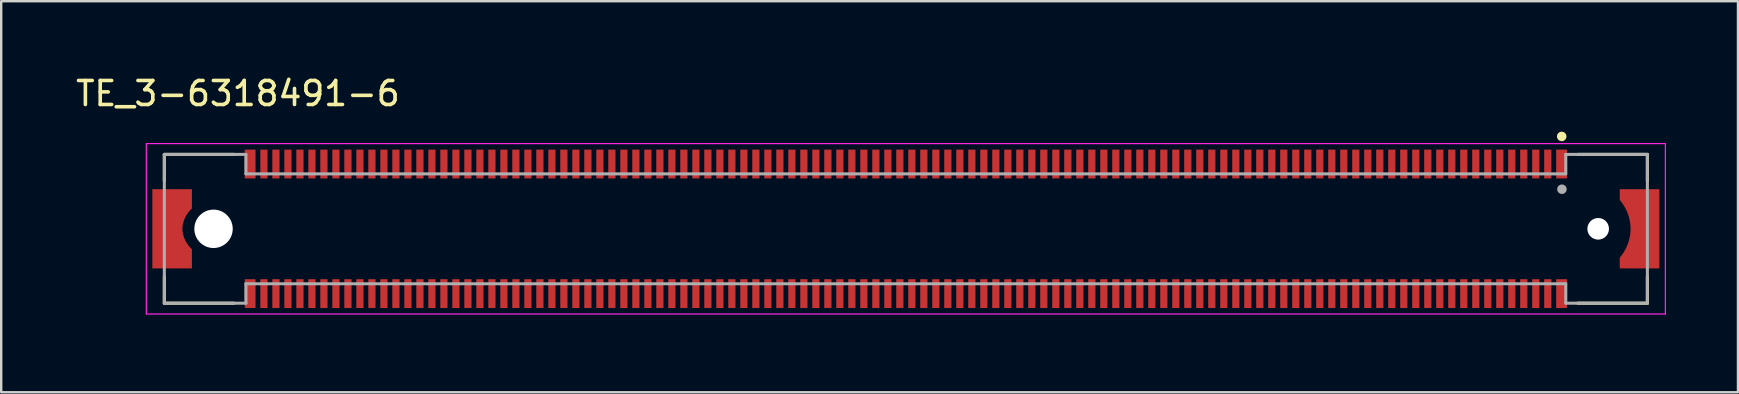
<source format=kicad_pcb>
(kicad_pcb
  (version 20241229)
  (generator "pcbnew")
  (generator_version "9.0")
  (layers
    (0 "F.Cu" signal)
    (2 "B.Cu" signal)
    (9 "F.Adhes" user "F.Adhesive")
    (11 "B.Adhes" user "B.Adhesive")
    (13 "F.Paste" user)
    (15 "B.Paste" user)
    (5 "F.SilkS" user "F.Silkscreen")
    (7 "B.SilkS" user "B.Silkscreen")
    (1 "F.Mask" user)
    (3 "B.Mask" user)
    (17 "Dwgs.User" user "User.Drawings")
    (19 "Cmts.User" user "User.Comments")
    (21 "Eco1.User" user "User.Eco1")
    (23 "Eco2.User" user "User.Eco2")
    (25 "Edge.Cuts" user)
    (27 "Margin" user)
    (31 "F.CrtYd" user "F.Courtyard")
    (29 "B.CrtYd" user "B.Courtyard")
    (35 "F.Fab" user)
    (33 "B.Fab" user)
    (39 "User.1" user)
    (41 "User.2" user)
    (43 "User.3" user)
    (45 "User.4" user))
  (footprint "TE_3-6318491-6"
    (layer "F.Cu")
    (at 34.698 6.485)
    (property "Reference" "TE_3-6318491-6" (at -27.833 -5.637 0) (layer "F.SilkS") (effects (font (size 1 1) (thickness 0.15))))
    (attr through_hole)
    (fp_poly (pts (xy -31.75 -1.27) (xy -31.75 0) (xy -31.75 2.54) (xy -31.75 3.81)) (stroke (width 0.0001) (type solid)) (fill yes) (layer "F.Cu"))
    (fp_poly (pts (xy -31.4 -1.65) (xy -29.75 -1.65) (xy -29.75 -0.85) (xy -29.769 -0.832) (xy -29.792 -0.81) (xy -29.814 -0.787) (xy -29.836 -0.763) (xy -29.857 -0.739) (xy -29.878 -0.715) (xy -29.898 -0.689) (xy -29.917 -0.664) (xy -29.935 -0.637) (xy -29.953 -0.611) (xy -29.97 -0.583) (xy -29.987 -0.556) (xy -30.003 -0.528) (xy -30.018 -0.499) (xy -30.032 -0.471) (xy -30.045 -0.441) (xy -30.058 -0.412) (xy -30.07 -0.382) (xy -30.081 -0.352) (xy -30.091 -0.321) (xy -30.101 -0.291) (xy -30.11 -0.26) (xy -30.117 -0.229) (xy -30.125 -0.197) (xy -30.131 -0.166) (xy -30.136 -0.134) (xy -30.141 -0.102) (xy -30.145 -0.07) (xy -30.148 -0.038) (xy -30.15 0) (xy -30.148 0.038) (xy -30.145 0.07) (xy -30.141 0.102) (xy -30.136 0.134) (xy -30.131 0.166) (xy -30.125 0.197) (xy -30.117 0.229) (xy -30.11 0.26) (xy -30.101 0.291) (xy -30.091 0.321) (xy -30.081 0.352) (xy -30.07 0.382) (xy -30.058 0.412) (xy -30.045 0.441) (xy -30.032 0.471) (xy -30.018 0.499) (xy -30.003 0.528) (xy -29.987 0.556) (xy -29.97 0.583) (xy -29.953 0.611) (xy -29.935 0.637) (xy -29.917 0.664) (xy -29.898 0.689) (xy -29.878 0.715) (xy -29.857 0.739) (xy -29.836 0.763) (xy -29.814 0.787) (xy -29.792 0.81) (xy -29.769 0.832) (xy -29.75 0.85) (xy -29.75 1.65) (xy -31.4 1.65) (xy -31.4 -1.65)) (stroke (width 0.0001) (type solid)) (fill yes) (layer "F.Cu"))
    (fp_poly (pts (xy 31.4 1.65) (xy 29.75 1.65) (xy 29.75 1.2) (xy 29.769 1.178) (xy 29.796 1.144) (xy 29.823 1.109) (xy 29.849 1.074) (xy 29.874 1.039) (xy 29.898 1.002) (xy 29.921 0.965) (xy 29.944 0.928) (xy 29.965 0.89) (xy 29.986 0.852) (xy 30.006 0.813) (xy 30.025 0.774) (xy 30.043 0.734) (xy 30.06 0.694) (xy 30.076 0.653) (xy 30.091 0.612) (xy 30.105 0.571) (xy 30.118 0.53) (xy 30.13 0.488) (xy 30.142 0.446) (xy 30.152 0.403) (xy 30.161 0.361) (xy 30.17 0.318) (xy 30.177 0.275) (xy 30.183 0.232) (xy 30.189 0.188) (xy 30.193 0.145) (xy 30.196 0.102) (xy 30.199 0.058) (xy 30.2 0) (xy 30.199 -0.058) (xy 30.196 -0.102) (xy 30.193 -0.145) (xy 30.189 -0.188) (xy 30.183 -0.232) (xy 30.177 -0.275) (xy 30.17 -0.318) (xy 30.161 -0.361) (xy 30.152 -0.403) (xy 30.142 -0.446) (xy 30.13 -0.488) (xy 30.118 -0.53) (xy 30.105 -0.571) (xy 30.091 -0.612) (xy 30.076 -0.653) (xy 30.06 -0.694) (xy 30.043 -0.734) (xy 30.025 -0.774) (xy 30.006 -0.813) (xy 29.986 -0.852) (xy 29.965 -0.89) (xy 29.944 -0.928) (xy 29.921 -0.965) (xy 29.898 -1.002) (xy 29.874 -1.039) (xy 29.849 -1.074) (xy 29.823 -1.109) (xy 29.796 -1.144) (xy 29.769 -1.178) (xy 29.75 -1.2) (xy 29.75 -1.65) (xy 31.4 -1.65) (xy 31.4 1.65)) (stroke (width 0.0001) (type solid)) (fill yes) (layer "F.Cu"))
    (fp_poly (pts (xy -31.688 -1.9) (xy -29.5 -1.9) (xy -29.5 1.902) (xy -31.688 1.902)) (stroke (width 0.01) (type solid)) (fill yes) (layer "F.Mask"))
    (fp_poly (pts (xy 29.533 -1.9) (xy 31.65 -1.9) (xy 31.65 1.902) (xy 29.533 1.902)) (stroke (width 0.01) (type solid)) (fill yes) (layer "F.Mask"))
    (fp_line (start -30.9 -3.1) (end -30.9 -2) (stroke (width 0.127) (type solid)) (layer "F.SilkS"))
    (fp_line (start -30.9 2) (end -30.9 3.1) (stroke (width 0.127) (type solid)) (layer "F.SilkS"))
    (fp_line (start -30.9 3.1) (end -28 3.1) (stroke (width 0.127) (type solid)) (layer "F.SilkS"))
    (fp_line (start -28 -3.1) (end -30.9 -3.1) (stroke (width 0.127) (type solid)) (layer "F.SilkS"))
    (fp_line (start 28 -3.1) (end 30.9 -3.1) (stroke (width 0.127) (type solid)) (layer "F.SilkS"))
    (fp_line (start 30.9 -3.1) (end 30.9 -2) (stroke (width 0.127) (type solid)) (layer "F.SilkS"))
    (fp_line (start 30.9 2) (end 30.9 3.1) (stroke (width 0.127) (type solid)) (layer "F.SilkS"))
    (fp_line (start 30.9 3.1) (end 28 3.1) (stroke (width 0.127) (type solid)) (layer "F.SilkS"))
    (fp_circle (center 27.33 -3.85) (end 27.43 -3.85) (stroke (width 0.2) (type solid)) (fill no) (layer "F.SilkS"))
    (fp_poly (pts (xy -31.4 -1.65) (xy -29.75 -1.65) (xy -29.75 -0.85) (xy -29.769 -0.832) (xy -29.792 -0.81) (xy -29.814 -0.787) (xy -29.836 -0.763) (xy -29.857 -0.739) (xy -29.878 -0.715) (xy -29.898 -0.689) (xy -29.917 -0.664) (xy -29.935 -0.637) (xy -29.953 -0.611) (xy -29.97 -0.583) (xy -29.987 -0.556) (xy -30.003 -0.528) (xy -30.018 -0.499) (xy -30.032 -0.471) (xy -30.045 -0.441) (xy -30.058 -0.412) (xy -30.07 -0.382) (xy -30.081 -0.352) (xy -30.091 -0.321) (xy -30.101 -0.291) (xy -30.11 -0.26) (xy -30.117 -0.229) (xy -30.125 -0.197) (xy -30.131 -0.166) (xy -30.136 -0.134) (xy -30.141 -0.102) (xy -30.145 -0.07) (xy -30.148 -0.038) (xy -30.15 0) (xy -30.148 0.038) (xy -30.145 0.07) (xy -30.141 0.102) (xy -30.136 0.134) (xy -30.131 0.166) (xy -30.125 0.197) (xy -30.117 0.229) (xy -30.11 0.26) (xy -30.101 0.291) (xy -30.091 0.321) (xy -30.081 0.352) (xy -30.07 0.382) (xy -30.058 0.412) (xy -30.045 0.441) (xy -30.032 0.471) (xy -30.018 0.499) (xy -30.003 0.528) (xy -29.987 0.556) (xy -29.97 0.583) (xy -29.953 0.611) (xy -29.935 0.637) (xy -29.917 0.664) (xy -29.898 0.689) (xy -29.878 0.715) (xy -29.857 0.739) (xy -29.836 0.763) (xy -29.814 0.787) (xy -29.792 0.81) (xy -29.769 0.832) (xy -29.75 0.85) (xy -29.75 1.65) (xy -31.4 1.65) (xy -31.4 -1.65)) (stroke (width 0.0001) (type solid)) (fill yes) (layer "F.Paste"))
    (fp_poly (pts (xy 31.4 1.65) (xy 29.75 1.65) (xy 29.75 1.2) (xy 29.769 1.178) (xy 29.796 1.144) (xy 29.823 1.109) (xy 29.849 1.074) (xy 29.874 1.039) (xy 29.898 1.002) (xy 29.921 0.965) (xy 29.944 0.928) (xy 29.965 0.89) (xy 29.986 0.852) (xy 30.006 0.813) (xy 30.025 0.774) (xy 30.043 0.734) (xy 30.06 0.694) (xy 30.076 0.653) (xy 30.091 0.612) (xy 30.105 0.571) (xy 30.118 0.53) (xy 30.13 0.488) (xy 30.142 0.446) (xy 30.152 0.403) (xy 30.161 0.361) (xy 30.17 0.318) (xy 30.177 0.275) (xy 30.183 0.232) (xy 30.189 0.188) (xy 30.193 0.145) (xy 30.196 0.102) (xy 30.199 0.058) (xy 30.2 0) (xy 30.199 -0.058) (xy 30.196 -0.102) (xy 30.193 -0.145) (xy 30.189 -0.188) (xy 30.183 -0.232) (xy 30.177 -0.275) (xy 30.17 -0.318) (xy 30.161 -0.361) (xy 30.152 -0.403) (xy 30.142 -0.446) (xy 30.13 -0.488) (xy 30.118 -0.53) (xy 30.105 -0.571) (xy 30.091 -0.612) (xy 30.076 -0.653) (xy 30.06 -0.694) (xy 30.043 -0.734) (xy 30.025 -0.774) (xy 30.006 -0.813) (xy 29.986 -0.852) (xy 29.965 -0.89) (xy 29.944 -0.928) (xy 29.921 -0.965) (xy 29.898 -1.002) (xy 29.874 -1.039) (xy 29.849 -1.074) (xy 29.823 -1.109) (xy 29.796 -1.144) (xy 29.769 -1.178) (xy 29.75 -1.2) (xy 29.75 -1.65) (xy 31.4 -1.65) (xy 31.4 1.65)) (stroke (width 0.0001) (type solid)) (fill yes) (layer "F.Paste"))
    (fp_line (start -31.65 -3.55) (end 31.65 -3.55) (stroke (width 0.05) (type solid)) (layer "F.CrtYd"))
    (fp_line (start -31.65 3.55) (end -31.65 -3.55) (stroke (width 0.05) (type solid)) (layer "F.CrtYd"))
    (fp_line (start 31.65 -3.55) (end 31.65 3.55) (stroke (width 0.05) (type solid)) (layer "F.CrtYd"))
    (fp_line (start 31.65 3.55) (end -31.65 3.55) (stroke (width 0.05) (type solid)) (layer "F.CrtYd"))
    (fp_line (start -30.9 -3.1) (end -27.5 -3.1) (stroke (width 0.127) (type solid)) (layer "F.Fab"))
    (fp_line (start -30.9 3.1) (end -30.9 -3.1) (stroke (width 0.127) (type solid)) (layer "F.Fab"))
    (fp_line (start -27.5 -3.1) (end -27.5 -2.29) (stroke (width 0.127) (type solid)) (layer "F.Fab"))
    (fp_line (start -27.5 -2.29) (end 27.5 -2.29) (stroke (width 0.127) (type solid)) (layer "F.Fab"))
    (fp_line (start -27.5 2.29) (end -27.5 3.1) (stroke (width 0.127) (type solid)) (layer "F.Fab"))
    (fp_line (start -27.5 3.1) (end -30.9 3.1) (stroke (width 0.127) (type solid)) (layer "F.Fab"))
    (fp_line (start 27.5 -3.1) (end 30.9 -3.1) (stroke (width 0.127) (type solid)) (layer "F.Fab"))
    (fp_line (start 27.5 -2.29) (end 27.5 -3.1) (stroke (width 0.127) (type solid)) (layer "F.Fab"))
    (fp_line (start 27.5 2.29) (end -27.5 2.29) (stroke (width 0.127) (type solid)) (layer "F.Fab"))
    (fp_line (start 27.5 3.1) (end 27.5 2.29) (stroke (width 0.127) (type solid)) (layer "F.Fab"))
    (fp_line (start 30.9 -3.1) (end 30.9 3.1) (stroke (width 0.127) (type solid)) (layer "F.Fab"))
    (fp_line (start 30.9 3.1) (end 27.5 3.1) (stroke (width 0.127) (type solid)) (layer "F.Fab"))
    (fp_circle (center 27.34 -1.65) (end 27.44 -1.65) (stroke (width 0.2) (type solid)) (fill no) (layer "F.Fab"))
    (pad "" np_thru_hole circle (at -28.85 0) (size 1.6 1.6) (drill 1.6) (layers "*.Cu" "*.Mask"))
    (pad "" np_thru_hole circle (at 28.85 0) (size 0.9 0.9) (drill 0.9) (layers "*.Cu" "*.Mask"))
    (pad "1" smd rect (at 27.325 -2.7) (size 0.45 1.2) (layers "F.Cu" "F.Mask" "F.Paste"))
    (pad "2" smd rect (at 27.325 2.7) (size 0.45 1.2) (layers "F.Cu" "F.Mask" "F.Paste"))
    (pad "3" smd rect (at 26.75 -2.7) (size 0.3 1.2) (layers "F.Cu" "F.Mask" "F.Paste"))
    (pad "4" smd rect (at 26.75 2.7) (size 0.3 1.2) (layers "F.Cu" "F.Mask" "F.Paste"))
    (pad "5" smd rect (at 26.25 -2.7) (size 0.3 1.2) (layers "F.Cu" "F.Mask" "F.Paste"))
    (pad "6" smd rect (at 26.25 2.7) (size 0.3 1.2) (layers "F.Cu" "F.Mask" "F.Paste"))
    (pad "7" smd rect (at 25.75 -2.7) (size 0.3 1.2) (layers "F.Cu" "F.Mask" "F.Paste"))
    (pad "8" smd rect (at 25.75 2.7) (size 0.3 1.2) (layers "F.Cu" "F.Mask" "F.Paste"))
    (pad "9" smd rect (at 25.25 -2.7) (size 0.3 1.2) (layers "F.Cu" "F.Mask" "F.Paste"))
    (pad "10" smd rect (at 25.25 2.7) (size 0.3 1.2) (layers "F.Cu" "F.Mask" "F.Paste"))
    (pad "11" smd rect (at 24.75 -2.7) (size 0.3 1.2) (layers "F.Cu" "F.Mask" "F.Paste"))
    (pad "12" smd rect (at 24.75 2.7) (size 0.3 1.2) (layers "F.Cu" "F.Mask" "F.Paste"))
    (pad "13" smd rect (at 24.25 -2.7) (size 0.3 1.2) (layers "F.Cu" "F.Mask" "F.Paste"))
    (pad "14" smd rect (at 24.25 2.7) (size 0.3 1.2) (layers "F.Cu" "F.Mask" "F.Paste"))
    (pad "15" smd rect (at 23.75 -2.7) (size 0.3 1.2) (layers "F.Cu" "F.Mask" "F.Paste"))
    (pad "16" smd rect (at 23.75 2.7) (size 0.3 1.2) (layers "F.Cu" "F.Mask" "F.Paste"))
    (pad "17" smd rect (at 23.25 -2.7) (size 0.3 1.2) (layers "F.Cu" "F.Mask" "F.Paste"))
    (pad "18" smd rect (at 23.25 2.7) (size 0.3 1.2) (layers "F.Cu" "F.Mask" "F.Paste"))
    (pad "19" smd rect (at 22.75 -2.7) (size 0.3 1.2) (layers "F.Cu" "F.Mask" "F.Paste"))
    (pad "20" smd rect (at 22.75 2.7) (size 0.3 1.2) (layers "F.Cu" "F.Mask" "F.Paste"))
    (pad "21" smd rect (at 22.25 -2.7) (size 0.3 1.2) (layers "F.Cu" "F.Mask" "F.Paste"))
    (pad "22" smd rect (at 22.25 2.7) (size 0.3 1.2) (layers "F.Cu" "F.Mask" "F.Paste"))
    (pad "23" smd rect (at 21.75 -2.7) (size 0.3 1.2) (layers "F.Cu" "F.Mask" "F.Paste"))
    (pad "24" smd rect (at 21.75 2.7) (size 0.3 1.2) (layers "F.Cu" "F.Mask" "F.Paste"))
    (pad "25" smd rect (at 21.25 -2.7) (size 0.3 1.2) (layers "F.Cu" "F.Mask" "F.Paste"))
    (pad "26" smd rect (at 21.25 2.7) (size 0.3 1.2) (layers "F.Cu" "F.Mask" "F.Paste"))
    (pad "27" smd rect (at 20.75 -2.7) (size 0.3 1.2) (layers "F.Cu" "F.Mask" "F.Paste"))
    (pad "28" smd rect (at 20.75 2.7) (size 0.3 1.2) (layers "F.Cu" "F.Mask" "F.Paste"))
    (pad "29" smd rect (at 20.25 -2.7) (size 0.3 1.2) (layers "F.Cu" "F.Mask" "F.Paste"))
    (pad "30" smd rect (at 20.25 2.7) (size 0.3 1.2) (layers "F.Cu" "F.Mask" "F.Paste"))
    (pad "31" smd rect (at 19.75 -2.7) (size 0.3 1.2) (layers "F.Cu" "F.Mask" "F.Paste"))
    (pad "32" smd rect (at 19.75 2.7) (size 0.3 1.2) (layers "F.Cu" "F.Mask" "F.Paste"))
    (pad "33" smd rect (at 19.25 -2.7) (size 0.3 1.2) (layers "F.Cu" "F.Mask" "F.Paste"))
    (pad "34" smd rect (at 19.25 2.7) (size 0.3 1.2) (layers "F.Cu" "F.Mask" "F.Paste"))
    (pad "35" smd rect (at 18.75 -2.7) (size 0.3 1.2) (layers "F.Cu" "F.Mask" "F.Paste"))
    (pad "36" smd rect (at 18.75 2.7) (size 0.3 1.2) (layers "F.Cu" "F.Mask" "F.Paste"))
    (pad "37" smd rect (at 18.25 -2.7) (size 0.3 1.2) (layers "F.Cu" "F.Mask" "F.Paste"))
    (pad "38" smd rect (at 18.25 2.7) (size 0.3 1.2) (layers "F.Cu" "F.Mask" "F.Paste"))
    (pad "39" smd rect (at 17.75 -2.7) (size 0.3 1.2) (layers "F.Cu" "F.Mask" "F.Paste"))
    (pad "40" smd rect (at 17.75 2.7) (size 0.3 1.2) (layers "F.Cu" "F.Mask" "F.Paste"))
    (pad "41" smd rect (at 17.25 -2.7) (size 0.3 1.2) (layers "F.Cu" "F.Mask" "F.Paste"))
    (pad "42" smd rect (at 17.25 2.7) (size 0.3 1.2) (layers "F.Cu" "F.Mask" "F.Paste"))
    (pad "43" smd rect (at 16.75 -2.7) (size 0.3 1.2) (layers "F.Cu" "F.Mask" "F.Paste"))
    (pad "44" smd rect (at 16.75 2.7) (size 0.3 1.2) (layers "F.Cu" "F.Mask" "F.Paste"))
    (pad "45" smd rect (at 16.25 -2.7) (size 0.3 1.2) (layers "F.Cu" "F.Mask" "F.Paste"))
    (pad "46" smd rect (at 16.25 2.7) (size 0.3 1.2) (layers "F.Cu" "F.Mask" "F.Paste"))
    (pad "47" smd rect (at 15.75 -2.7) (size 0.3 1.2) (layers "F.Cu" "F.Mask" "F.Paste"))
    (pad "48" smd rect (at 15.75 2.7) (size 0.3 1.2) (layers "F.Cu" "F.Mask" "F.Paste"))
    (pad "49" smd rect (at 15.25 -2.7) (size 0.3 1.2) (layers "F.Cu" "F.Mask" "F.Paste"))
    (pad "50" smd rect (at 15.25 2.7) (size 0.3 1.2) (layers "F.Cu" "F.Mask" "F.Paste"))
    (pad "51" smd rect (at 14.75 -2.7) (size 0.3 1.2) (layers "F.Cu" "F.Mask" "F.Paste"))
    (pad "52" smd rect (at 14.75 2.7) (size 0.3 1.2) (layers "F.Cu" "F.Mask" "F.Paste"))
    (pad "53" smd rect (at 14.25 -2.7) (size 0.3 1.2) (layers "F.Cu" "F.Mask" "F.Paste"))
    (pad "54" smd rect (at 14.25 2.7) (size 0.3 1.2) (layers "F.Cu" "F.Mask" "F.Paste"))
    (pad "55" smd rect (at 13.75 -2.7) (size 0.3 1.2) (layers "F.Cu" "F.Mask" "F.Paste"))
    (pad "56" smd rect (at 13.75 2.7) (size 0.3 1.2) (layers "F.Cu" "F.Mask" "F.Paste"))
    (pad "57" smd rect (at 13.25 -2.7) (size 0.3 1.2) (layers "F.Cu" "F.Mask" "F.Paste"))
    (pad "58" smd rect (at 13.25 2.7) (size 0.3 1.2) (layers "F.Cu" "F.Mask" "F.Paste"))
    (pad "59" smd rect (at 12.75 -2.7) (size 0.3 1.2) (layers "F.Cu" "F.Mask" "F.Paste"))
    (pad "60" smd rect (at 12.75 2.7) (size 0.3 1.2) (layers "F.Cu" "F.Mask" "F.Paste"))
    (pad "61" smd rect (at 12.25 -2.7) (size 0.3 1.2) (layers "F.Cu" "F.Mask" "F.Paste"))
    (pad "62" smd rect (at 12.25 2.7) (size 0.3 1.2) (layers "F.Cu" "F.Mask" "F.Paste"))
    (pad "63" smd rect (at 11.75 -2.7) (size 0.3 1.2) (layers "F.Cu" "F.Mask" "F.Paste"))
    (pad "64" smd rect (at 11.75 2.7) (size 0.3 1.2) (layers "F.Cu" "F.Mask" "F.Paste"))
    (pad "65" smd rect (at 11.25 -2.7) (size 0.3 1.2) (layers "F.Cu" "F.Mask" "F.Paste"))
    (pad "66" smd rect (at 11.25 2.7) (size 0.3 1.2) (layers "F.Cu" "F.Mask" "F.Paste"))
    (pad "67" smd rect (at 10.75 -2.7) (size 0.3 1.2) (layers "F.Cu" "F.Mask" "F.Paste"))
    (pad "68" smd rect (at 10.75 2.7) (size 0.3 1.2) (layers "F.Cu" "F.Mask" "F.Paste"))
    (pad "69" smd rect (at 10.25 -2.7) (size 0.3 1.2) (layers "F.Cu" "F.Mask" "F.Paste"))
    (pad "70" smd rect (at 10.25 2.7) (size 0.3 1.2) (layers "F.Cu" "F.Mask" "F.Paste"))
    (pad "71" smd rect (at 9.75 -2.7) (size 0.3 1.2) (layers "F.Cu" "F.Mask" "F.Paste"))
    (pad "72" smd rect (at 9.75 2.7) (size 0.3 1.2) (layers "F.Cu" "F.Mask" "F.Paste"))
    (pad "73" smd rect (at 9.25 -2.7) (size 0.3 1.2) (layers "F.Cu" "F.Mask" "F.Paste"))
    (pad "74" smd rect (at 9.25 2.7) (size 0.3 1.2) (layers "F.Cu" "F.Mask" "F.Paste"))
    (pad "75" smd rect (at 8.75 -2.7) (size 0.3 1.2) (layers "F.Cu" "F.Mask" "F.Paste"))
    (pad "76" smd rect (at 8.75 2.7) (size 0.3 1.2) (layers "F.Cu" "F.Mask" "F.Paste"))
    (pad "77" smd rect (at 8.25 -2.7) (size 0.3 1.2) (layers "F.Cu" "F.Mask" "F.Paste"))
    (pad "78" smd rect (at 8.25 2.7) (size 0.3 1.2) (layers "F.Cu" "F.Mask" "F.Paste"))
    (pad "79" smd rect (at 7.75 -2.7) (size 0.3 1.2) (layers "F.Cu" "F.Mask" "F.Paste"))
    (pad "80" smd rect (at 7.75 2.7) (size 0.3 1.2) (layers "F.Cu" "F.Mask" "F.Paste"))
    (pad "81" smd rect (at 7.25 -2.7) (size 0.3 1.2) (layers "F.Cu" "F.Mask" "F.Paste"))
    (pad "82" smd rect (at 7.25 2.7) (size 0.3 1.2) (layers "F.Cu" "F.Mask" "F.Paste"))
    (pad "83" smd rect (at 6.75 -2.7) (size 0.3 1.2) (layers "F.Cu" "F.Mask" "F.Paste"))
    (pad "84" smd rect (at 6.75 2.7) (size 0.3 1.2) (layers "F.Cu" "F.Mask" "F.Paste"))
    (pad "85" smd rect (at 6.25 -2.7) (size 0.3 1.2) (layers "F.Cu" "F.Mask" "F.Paste"))
    (pad "86" smd rect (at 6.25 2.7) (size 0.3 1.2) (layers "F.Cu" "F.Mask" "F.Paste"))
    (pad "87" smd rect (at 5.75 -2.7) (size 0.3 1.2) (layers "F.Cu" "F.Mask" "F.Paste"))
    (pad "88" smd rect (at 5.75 2.7) (size 0.3 1.2) (layers "F.Cu" "F.Mask" "F.Paste"))
    (pad "89" smd rect (at 5.25 -2.7) (size 0.3 1.2) (layers "F.Cu" "F.Mask" "F.Paste"))
    (pad "90" smd rect (at 5.25 2.7) (size 0.3 1.2) (layers "F.Cu" "F.Mask" "F.Paste"))
    (pad "91" smd rect (at 4.75 -2.7) (size 0.3 1.2) (layers "F.Cu" "F.Mask" "F.Paste"))
    (pad "92" smd rect (at 4.75 2.7) (size 0.3 1.2) (layers "F.Cu" "F.Mask" "F.Paste"))
    (pad "93" smd rect (at 4.25 -2.7) (size 0.3 1.2) (layers "F.Cu" "F.Mask" "F.Paste"))
    (pad "94" smd rect (at 4.25 2.7) (size 0.3 1.2) (layers "F.Cu" "F.Mask" "F.Paste"))
    (pad "95" smd rect (at 3.75 -2.7) (size 0.3 1.2) (layers "F.Cu" "F.Mask" "F.Paste"))
    (pad "96" smd rect (at 3.75 2.7) (size 0.3 1.2) (layers "F.Cu" "F.Mask" "F.Paste"))
    (pad "97" smd rect (at 3.25 -2.7) (size 0.3 1.2) (layers "F.Cu" "F.Mask" "F.Paste"))
    (pad "98" smd rect (at 3.25 2.7) (size 0.3 1.2) (layers "F.Cu" "F.Mask" "F.Paste"))
    (pad "99" smd rect (at 2.75 -2.7) (size 0.3 1.2) (layers "F.Cu" "F.Mask" "F.Paste"))
    (pad "100" smd rect (at 2.75 2.7) (size 0.3 1.2) (layers "F.Cu" "F.Mask" "F.Paste"))
    (pad "101" smd rect (at 2.25 -2.7) (size 0.3 1.2) (layers "F.Cu" "F.Mask" "F.Paste"))
    (pad "102" smd rect (at 2.25 2.7) (size 0.3 1.2) (layers "F.Cu" "F.Mask" "F.Paste"))
    (pad "103" smd rect (at 1.75 -2.7) (size 0.3 1.2) (layers "F.Cu" "F.Mask" "F.Paste"))
    (pad "104" smd rect (at 1.75 2.7) (size 0.3 1.2) (layers "F.Cu" "F.Mask" "F.Paste"))
    (pad "105" smd rect (at 1.25 -2.7) (size 0.3 1.2) (layers "F.Cu" "F.Mask" "F.Paste"))
    (pad "106" smd rect (at 1.25 2.7) (size 0.3 1.2) (layers "F.Cu" "F.Mask" "F.Paste"))
    (pad "107" smd rect (at 0.75 -2.7) (size 0.3 1.2) (layers "F.Cu" "F.Mask" "F.Paste"))
    (pad "108" smd rect (at 0.75 2.7) (size 0.3 1.2) (layers "F.Cu" "F.Mask" "F.Paste"))
    (pad "109" smd rect (at 0.25 -2.7) (size 0.3 1.2) (layers "F.Cu" "F.Mask" "F.Paste"))
    (pad "110" smd rect (at 0.25 2.7) (size 0.3 1.2) (layers "F.Cu" "F.Mask" "F.Paste"))
    (pad "111" smd rect (at -0.25 -2.7) (size 0.3 1.2) (layers "F.Cu" "F.Mask" "F.Paste"))
    (pad "112" smd rect (at -0.25 2.7) (size 0.3 1.2) (layers "F.Cu" "F.Mask" "F.Paste"))
    (pad "113" smd rect (at -0.75 -2.7) (size 0.3 1.2) (layers "F.Cu" "F.Mask" "F.Paste"))
    (pad "114" smd rect (at -0.75 2.7) (size 0.3 1.2) (layers "F.Cu" "F.Mask" "F.Paste"))
    (pad "115" smd rect (at -1.25 -2.7) (size 0.3 1.2) (layers "F.Cu" "F.Mask" "F.Paste"))
    (pad "116" smd rect (at -1.25 2.7) (size 0.3 1.2) (layers "F.Cu" "F.Mask" "F.Paste"))
    (pad "117" smd rect (at -1.75 -2.7) (size 0.3 1.2) (layers "F.Cu" "F.Mask" "F.Paste"))
    (pad "118" smd rect (at -1.75 2.7) (size 0.3 1.2) (layers "F.Cu" "F.Mask" "F.Paste"))
    (pad "119" smd rect (at -2.25 -2.7) (size 0.3 1.2) (layers "F.Cu" "F.Mask" "F.Paste"))
    (pad "120" smd rect (at -2.25 2.7) (size 0.3 1.2) (layers "F.Cu" "F.Mask" "F.Paste"))
    (pad "121" smd rect (at -2.75 -2.7) (size 0.3 1.2) (layers "F.Cu" "F.Mask" "F.Paste"))
    (pad "122" smd rect (at -2.75 2.7) (size 0.3 1.2) (layers "F.Cu" "F.Mask" "F.Paste"))
    (pad "123" smd rect (at -3.25 -2.7) (size 0.3 1.2) (layers "F.Cu" "F.Mask" "F.Paste"))
    (pad "124" smd rect (at -3.25 2.7) (size 0.3 1.2) (layers "F.Cu" "F.Mask" "F.Paste"))
    (pad "125" smd rect (at -3.75 -2.7) (size 0.3 1.2) (layers "F.Cu" "F.Mask" "F.Paste"))
    (pad "126" smd rect (at -3.75 2.7) (size 0.3 1.2) (layers "F.Cu" "F.Mask" "F.Paste"))
    (pad "127" smd rect (at -4.25 -2.7) (size 0.3 1.2) (layers "F.Cu" "F.Mask" "F.Paste"))
    (pad "128" smd rect (at -4.25 2.7) (size 0.3 1.2) (layers "F.Cu" "F.Mask" "F.Paste"))
    (pad "129" smd rect (at -4.75 -2.7) (size 0.3 1.2) (layers "F.Cu" "F.Mask" "F.Paste"))
    (pad "130" smd rect (at -4.75 2.7) (size 0.3 1.2) (layers "F.Cu" "F.Mask" "F.Paste"))
    (pad "131" smd rect (at -5.25 -2.7) (size 0.3 1.2) (layers "F.Cu" "F.Mask" "F.Paste"))
    (pad "132" smd rect (at -5.25 2.7) (size 0.3 1.2) (layers "F.Cu" "F.Mask" "F.Paste"))
    (pad "133" smd rect (at -5.75 -2.7) (size 0.3 1.2) (layers "F.Cu" "F.Mask" "F.Paste"))
    (pad "134" smd rect (at -5.75 2.7) (size 0.3 1.2) (layers "F.Cu" "F.Mask" "F.Paste"))
    (pad "135" smd rect (at -6.25 -2.7) (size 0.3 1.2) (layers "F.Cu" "F.Mask" "F.Paste"))
    (pad "136" smd rect (at -6.25 2.7) (size 0.3 1.2) (layers "F.Cu" "F.Mask" "F.Paste"))
    (pad "137" smd rect (at -6.75 -2.7) (size 0.3 1.2) (layers "F.Cu" "F.Mask" "F.Paste"))
    (pad "138" smd rect (at -6.75 2.7) (size 0.3 1.2) (layers "F.Cu" "F.Mask" "F.Paste"))
    (pad "139" smd rect (at -7.25 -2.7) (size 0.3 1.2) (layers "F.Cu" "F.Mask" "F.Paste"))
    (pad "140" smd rect (at -7.25 2.7) (size 0.3 1.2) (layers "F.Cu" "F.Mask" "F.Paste"))
    (pad "141" smd rect (at -7.75 -2.7) (size 0.3 1.2) (layers "F.Cu" "F.Mask" "F.Paste"))
    (pad "142" smd rect (at -7.75 2.7) (size 0.3 1.2) (layers "F.Cu" "F.Mask" "F.Paste"))
    (pad "143" smd rect (at -8.25 -2.7) (size 0.3 1.2) (layers "F.Cu" "F.Mask" "F.Paste"))
    (pad "144" smd rect (at -8.25 2.7) (size 0.3 1.2) (layers "F.Cu" "F.Mask" "F.Paste"))
    (pad "145" smd rect (at -8.75 -2.7) (size 0.3 1.2) (layers "F.Cu" "F.Mask" "F.Paste"))
    (pad "146" smd rect (at -8.75 2.7) (size 0.3 1.2) (layers "F.Cu" "F.Mask" "F.Paste"))
    (pad "147" smd rect (at -9.25 -2.7) (size 0.3 1.2) (layers "F.Cu" "F.Mask" "F.Paste"))
    (pad "148" smd rect (at -9.25 2.7) (size 0.3 1.2) (layers "F.Cu" "F.Mask" "F.Paste"))
    (pad "149" smd rect (at -9.75 -2.7) (size 0.3 1.2) (layers "F.Cu" "F.Mask" "F.Paste"))
    (pad "150" smd rect (at -9.75 2.7) (size 0.3 1.2) (layers "F.Cu" "F.Mask" "F.Paste"))
    (pad "151" smd rect (at -10.25 -2.7) (size 0.3 1.2) (layers "F.Cu" "F.Mask" "F.Paste"))
    (pad "152" smd rect (at -10.25 2.7) (size 0.3 1.2) (layers "F.Cu" "F.Mask" "F.Paste"))
    (pad "153" smd rect (at -10.75 -2.7) (size 0.3 1.2) (layers "F.Cu" "F.Mask" "F.Paste"))
    (pad "154" smd rect (at -10.75 2.7) (size 0.3 1.2) (layers "F.Cu" "F.Mask" "F.Paste"))
    (pad "155" smd rect (at -11.25 -2.7) (size 0.3 1.2) (layers "F.Cu" "F.Mask" "F.Paste"))
    (pad "156" smd rect (at -11.25 2.7) (size 0.3 1.2) (layers "F.Cu" "F.Mask" "F.Paste"))
    (pad "157" smd rect (at -11.75 -2.7) (size 0.3 1.2) (layers "F.Cu" "F.Mask" "F.Paste"))
    (pad "158" smd rect (at -11.75 2.7) (size 0.3 1.2) (layers "F.Cu" "F.Mask" "F.Paste"))
    (pad "159" smd rect (at -12.25 -2.7) (size 0.3 1.2) (layers "F.Cu" "F.Mask" "F.Paste"))
    (pad "160" smd rect (at -12.25 2.7) (size 0.3 1.2) (layers "F.Cu" "F.Mask" "F.Paste"))
    (pad "161" smd rect (at -12.75 -2.7) (size 0.3 1.2) (layers "F.Cu" "F.Mask" "F.Paste"))
    (pad "162" smd rect (at -12.75 2.7) (size 0.3 1.2) (layers "F.Cu" "F.Mask" "F.Paste"))
    (pad "163" smd rect (at -13.25 -2.7) (size 0.3 1.2) (layers "F.Cu" "F.Mask" "F.Paste"))
    (pad "164" smd rect (at -13.25 2.7) (size 0.3 1.2) (layers "F.Cu" "F.Mask" "F.Paste"))
    (pad "165" smd rect (at -13.75 -2.7) (size 0.3 1.2) (layers "F.Cu" "F.Mask" "F.Paste"))
    (pad "166" smd rect (at -13.75 2.7) (size 0.3 1.2) (layers "F.Cu" "F.Mask" "F.Paste"))
    (pad "167" smd rect (at -14.25 -2.7) (size 0.3 1.2) (layers "F.Cu" "F.Mask" "F.Paste"))
    (pad "168" smd rect (at -14.25 2.7) (size 0.3 1.2) (layers "F.Cu" "F.Mask" "F.Paste"))
    (pad "169" smd rect (at -14.75 -2.7) (size 0.3 1.2) (layers "F.Cu" "F.Mask" "F.Paste"))
    (pad "170" smd rect (at -14.75 2.7) (size 0.3 1.2) (layers "F.Cu" "F.Mask" "F.Paste"))
    (pad "171" smd rect (at -15.25 -2.7) (size 0.3 1.2) (layers "F.Cu" "F.Mask" "F.Paste"))
    (pad "172" smd rect (at -15.25 2.7) (size 0.3 1.2) (layers "F.Cu" "F.Mask" "F.Paste"))
    (pad "173" smd rect (at -15.75 -2.7) (size 0.3 1.2) (layers "F.Cu" "F.Mask" "F.Paste"))
    (pad "174" smd rect (at -15.75 2.7) (size 0.3 1.2) (layers "F.Cu" "F.Mask" "F.Paste"))
    (pad "175" smd rect (at -16.25 -2.7) (size 0.3 1.2) (layers "F.Cu" "F.Mask" "F.Paste"))
    (pad "176" smd rect (at -16.25 2.7) (size 0.3 1.2) (layers "F.Cu" "F.Mask" "F.Paste"))
    (pad "177" smd rect (at -16.75 -2.7) (size 0.3 1.2) (layers "F.Cu" "F.Mask" "F.Paste"))
    (pad "178" smd rect (at -16.75 2.7) (size 0.3 1.2) (layers "F.Cu" "F.Mask" "F.Paste"))
    (pad "179" smd rect (at -17.25 -2.7) (size 0.3 1.2) (layers "F.Cu" "F.Mask" "F.Paste"))
    (pad "180" smd rect (at -17.25 2.7) (size 0.3 1.2) (layers "F.Cu" "F.Mask" "F.Paste"))
    (pad "181" smd rect (at -17.75 -2.7) (size 0.3 1.2) (layers "F.Cu" "F.Mask" "F.Paste"))
    (pad "182" smd rect (at -17.75 2.7) (size 0.3 1.2) (layers "F.Cu" "F.Mask" "F.Paste"))
    (pad "183" smd rect (at -18.25 -2.7) (size 0.3 1.2) (layers "F.Cu" "F.Mask" "F.Paste"))
    (pad "184" smd rect (at -18.25 2.7) (size 0.3 1.2) (layers "F.Cu" "F.Mask" "F.Paste"))
    (pad "185" smd rect (at -18.75 -2.7) (size 0.3 1.2) (layers "F.Cu" "F.Mask" "F.Paste"))
    (pad "186" smd rect (at -18.75 2.7) (size 0.3 1.2) (layers "F.Cu" "F.Mask" "F.Paste"))
    (pad "187" smd rect (at -19.25 -2.7) (size 0.3 1.2) (layers "F.Cu" "F.Mask" "F.Paste"))
    (pad "188" smd rect (at -19.25 2.7) (size 0.3 1.2) (layers "F.Cu" "F.Mask" "F.Paste"))
    (pad "189" smd rect (at -19.75 -2.7) (size 0.3 1.2) (layers "F.Cu" "F.Mask" "F.Paste"))
    (pad "190" smd rect (at -19.75 2.7) (size 0.3 1.2) (layers "F.Cu" "F.Mask" "F.Paste"))
    (pad "191" smd rect (at -20.25 -2.7) (size 0.3 1.2) (layers "F.Cu" "F.Mask" "F.Paste"))
    (pad "192" smd rect (at -20.25 2.7) (size 0.3 1.2) (layers "F.Cu" "F.Mask" "F.Paste"))
    (pad "193" smd rect (at -20.75 -2.7) (size 0.3 1.2) (layers "F.Cu" "F.Mask" "F.Paste"))
    (pad "194" smd rect (at -20.75 2.7) (size 0.3 1.2) (layers "F.Cu" "F.Mask" "F.Paste"))
    (pad "195" smd rect (at -21.25 -2.7) (size 0.3 1.2) (layers "F.Cu" "F.Mask" "F.Paste"))
    (pad "196" smd rect (at -21.25 2.7) (size 0.3 1.2) (layers "F.Cu" "F.Mask" "F.Paste"))
    (pad "197" smd rect (at -21.75 -2.7) (size 0.3 1.2) (layers "F.Cu" "F.Mask" "F.Paste"))
    (pad "198" smd rect (at -21.75 2.7) (size 0.3 1.2) (layers "F.Cu" "F.Mask" "F.Paste"))
    (pad "199" smd rect (at -22.25 -2.7) (size 0.3 1.2) (layers "F.Cu" "F.Mask" "F.Paste"))
    (pad "200" smd rect (at -22.25 2.7) (size 0.3 1.2) (layers "F.Cu" "F.Mask" "F.Paste"))
    (pad "201" smd rect (at -22.75 -2.7) (size 0.3 1.2) (layers "F.Cu" "F.Mask" "F.Paste"))
    (pad "202" smd rect (at -22.75 2.7) (size 0.3 1.2) (layers "F.Cu" "F.Mask" "F.Paste"))
    (pad "203" smd rect (at -23.25 -2.7) (size 0.3 1.2) (layers "F.Cu" "F.Mask" "F.Paste"))
    (pad "204" smd rect (at -23.25 2.7) (size 0.3 1.2) (layers "F.Cu" "F.Mask" "F.Paste"))
    (pad "205" smd rect (at -23.75 -2.7) (size 0.3 1.2) (layers "F.Cu" "F.Mask" "F.Paste"))
    (pad "206" smd rect (at -23.75 2.7) (size 0.3 1.2) (layers "F.Cu" "F.Mask" "F.Paste"))
    (pad "207" smd rect (at -24.25 -2.7) (size 0.3 1.2) (layers "F.Cu" "F.Mask" "F.Paste"))
    (pad "208" smd rect (at -24.25 2.7) (size 0.3 1.2) (layers "F.Cu" "F.Mask" "F.Paste"))
    (pad "209" smd rect (at -24.75 -2.7) (size 0.3 1.2) (layers "F.Cu" "F.Mask" "F.Paste"))
    (pad "210" smd rect (at -24.75 2.7) (size 0.3 1.2) (layers "F.Cu" "F.Mask" "F.Paste"))
    (pad "211" smd rect (at -25.25 -2.7) (size 0.3 1.2) (layers "F.Cu" "F.Mask" "F.Paste"))
    (pad "212" smd rect (at -25.25 2.7) (size 0.3 1.2) (layers "F.Cu" "F.Mask" "F.Paste"))
    (pad "213" smd rect (at -25.75 -2.7) (size 0.3 1.2) (layers "F.Cu" "F.Mask" "F.Paste"))
    (pad "214" smd rect (at -25.75 2.7) (size 0.3 1.2) (layers "F.Cu" "F.Mask" "F.Paste"))
    (pad "215" smd rect (at -26.25 -2.7) (size 0.3 1.2) (layers "F.Cu" "F.Mask" "F.Paste"))
    (pad "216" smd rect (at -26.25 2.7) (size 0.3 1.2) (layers "F.Cu" "F.Mask" "F.Paste"))
    (pad "217" smd rect (at -26.75 -2.7) (size 0.3 1.2) (layers "F.Cu" "F.Mask" "F.Paste"))
    (pad "218" smd rect (at -26.75 2.7) (size 0.3 1.2) (layers "F.Cu" "F.Mask" "F.Paste"))
    (pad "219" smd rect (at -27.325 -2.7) (size 0.45 1.2) (layers "F.Cu" "F.Mask" "F.Paste"))
    (pad "220" smd rect (at -27.325 2.7) (size 0.45 1.2) (layers "F.Cu" "F.Mask" "F.Paste"))
    (pad "SH1" smd rect (at -31.075 0) (size 0.1 0.1) (layers "F.Cu"))
    (pad "SH2" smd rect (at 31.075 0) (size 0.1 0.1) (layers "F.Cu")))
  (gr_rect
    (start -3 -3)
    (end 69.373 13.295)
    (stroke (width 0.1) (type default))
    (fill no)
    (layer "Edge.Cuts")))
</source>
